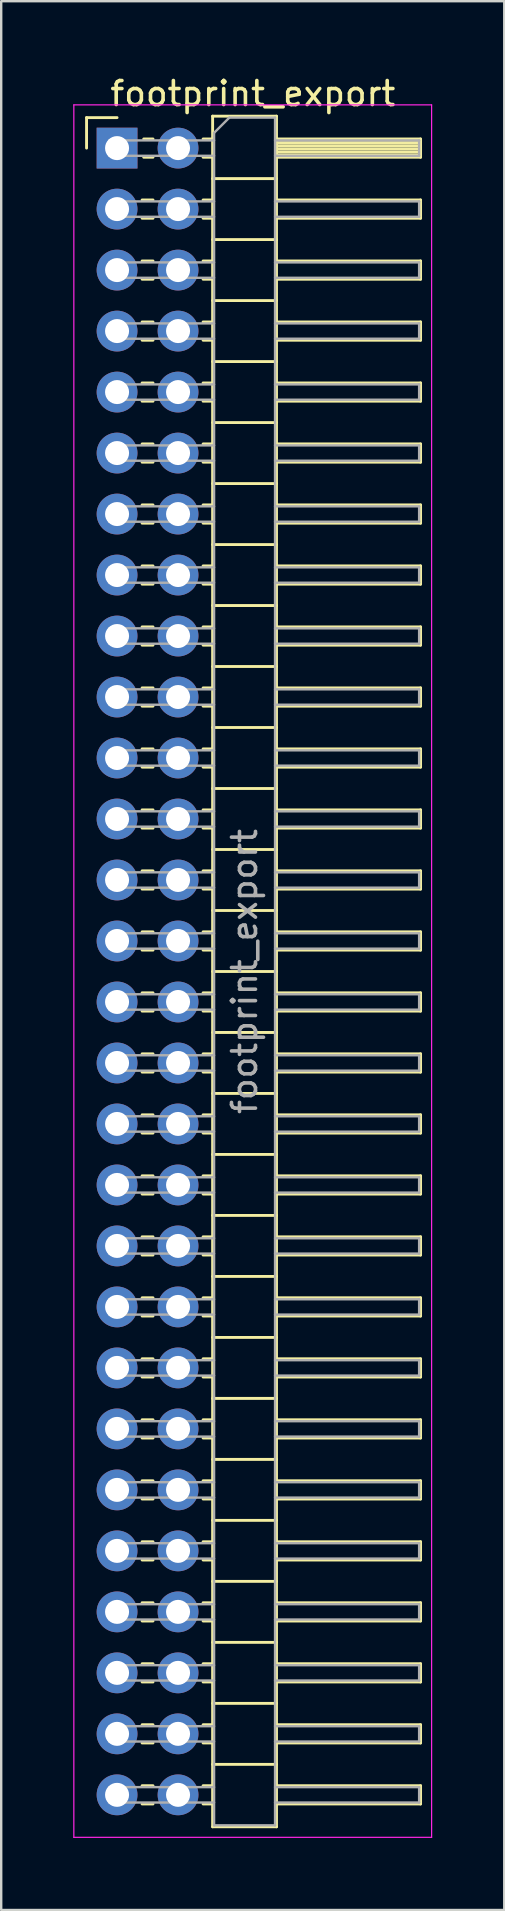
<source format=kicad_pcb>
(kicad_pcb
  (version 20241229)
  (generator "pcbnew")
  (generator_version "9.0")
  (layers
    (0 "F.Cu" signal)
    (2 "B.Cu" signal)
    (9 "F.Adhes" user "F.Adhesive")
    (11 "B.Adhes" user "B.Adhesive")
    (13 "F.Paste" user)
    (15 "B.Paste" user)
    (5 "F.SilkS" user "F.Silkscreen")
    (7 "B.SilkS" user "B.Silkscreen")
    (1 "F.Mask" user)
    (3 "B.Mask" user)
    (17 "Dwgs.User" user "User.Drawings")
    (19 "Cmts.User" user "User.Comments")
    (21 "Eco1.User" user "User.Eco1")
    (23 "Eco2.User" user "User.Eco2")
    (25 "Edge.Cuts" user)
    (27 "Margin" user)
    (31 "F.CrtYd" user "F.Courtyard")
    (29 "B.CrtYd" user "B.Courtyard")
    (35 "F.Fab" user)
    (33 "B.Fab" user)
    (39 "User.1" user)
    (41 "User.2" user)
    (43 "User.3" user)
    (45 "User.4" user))
  (footprint "footprint_export"
    (layer "F.Cu")
    (at 1.825 3.118)
    (property "Reference" "footprint_export" (at 5.655 -2.27 0) (layer "F.SilkS") (effects (font (size 1 1) (thickness 0.15))))
    (attr through_hole)
    (fp_line (start -1.27 -1.27) (end 0 -1.27) (stroke (width 0.12) (type solid)) (layer "F.SilkS"))
    (fp_line (start -1.27 0) (end -1.27 -1.27) (stroke (width 0.12) (type solid)) (layer "F.SilkS"))
    (fp_line (start 1.043 2.16) (end 1.497 2.16) (stroke (width 0.12) (type solid)) (layer "F.SilkS"))
    (fp_line (start 1.043 2.92) (end 1.497 2.92) (stroke (width 0.12) (type solid)) (layer "F.SilkS"))
    (fp_line (start 1.043 4.7) (end 1.497 4.7) (stroke (width 0.12) (type solid)) (layer "F.SilkS"))
    (fp_line (start 1.043 5.46) (end 1.497 5.46) (stroke (width 0.12) (type solid)) (layer "F.SilkS"))
    (fp_line (start 1.043 7.24) (end 1.497 7.24) (stroke (width 0.12) (type solid)) (layer "F.SilkS"))
    (fp_line (start 1.043 8) (end 1.497 8) (stroke (width 0.12) (type solid)) (layer "F.SilkS"))
    (fp_line (start 1.043 9.78) (end 1.497 9.78) (stroke (width 0.12) (type solid)) (layer "F.SilkS"))
    (fp_line (start 1.043 10.54) (end 1.497 10.54) (stroke (width 0.12) (type solid)) (layer "F.SilkS"))
    (fp_line (start 1.043 12.32) (end 1.497 12.32) (stroke (width 0.12) (type solid)) (layer "F.SilkS"))
    (fp_line (start 1.043 13.08) (end 1.497 13.08) (stroke (width 0.12) (type solid)) (layer "F.SilkS"))
    (fp_line (start 1.043 14.86) (end 1.497 14.86) (stroke (width 0.12) (type solid)) (layer "F.SilkS"))
    (fp_line (start 1.043 15.62) (end 1.497 15.62) (stroke (width 0.12) (type solid)) (layer "F.SilkS"))
    (fp_line (start 1.043 17.4) (end 1.497 17.4) (stroke (width 0.12) (type solid)) (layer "F.SilkS"))
    (fp_line (start 1.043 18.16) (end 1.497 18.16) (stroke (width 0.12) (type solid)) (layer "F.SilkS"))
    (fp_line (start 1.043 19.94) (end 1.497 19.94) (stroke (width 0.12) (type solid)) (layer "F.SilkS"))
    (fp_line (start 1.043 20.7) (end 1.497 20.7) (stroke (width 0.12) (type solid)) (layer "F.SilkS"))
    (fp_line (start 1.043 22.48) (end 1.497 22.48) (stroke (width 0.12) (type solid)) (layer "F.SilkS"))
    (fp_line (start 1.043 23.24) (end 1.497 23.24) (stroke (width 0.12) (type solid)) (layer "F.SilkS"))
    (fp_line (start 1.043 25.02) (end 1.497 25.02) (stroke (width 0.12) (type solid)) (layer "F.SilkS"))
    (fp_line (start 1.043 25.78) (end 1.497 25.78) (stroke (width 0.12) (type solid)) (layer "F.SilkS"))
    (fp_line (start 1.043 27.56) (end 1.497 27.56) (stroke (width 0.12) (type solid)) (layer "F.SilkS"))
    (fp_line (start 1.043 28.32) (end 1.497 28.32) (stroke (width 0.12) (type solid)) (layer "F.SilkS"))
    (fp_line (start 1.043 30.1) (end 1.497 30.1) (stroke (width 0.12) (type solid)) (layer "F.SilkS"))
    (fp_line (start 1.043 30.86) (end 1.497 30.86) (stroke (width 0.12) (type solid)) (layer "F.SilkS"))
    (fp_line (start 1.043 32.64) (end 1.497 32.64) (stroke (width 0.12) (type solid)) (layer "F.SilkS"))
    (fp_line (start 1.043 33.4) (end 1.497 33.4) (stroke (width 0.12) (type solid)) (layer "F.SilkS"))
    (fp_line (start 1.043 35.18) (end 1.497 35.18) (stroke (width 0.12) (type solid)) (layer "F.SilkS"))
    (fp_line (start 1.043 35.94) (end 1.497 35.94) (stroke (width 0.12) (type solid)) (layer "F.SilkS"))
    (fp_line (start 1.043 37.72) (end 1.497 37.72) (stroke (width 0.12) (type solid)) (layer "F.SilkS"))
    (fp_line (start 1.043 38.48) (end 1.497 38.48) (stroke (width 0.12) (type solid)) (layer "F.SilkS"))
    (fp_line (start 1.043 40.26) (end 1.497 40.26) (stroke (width 0.12) (type solid)) (layer "F.SilkS"))
    (fp_line (start 1.043 41.02) (end 1.497 41.02) (stroke (width 0.12) (type solid)) (layer "F.SilkS"))
    (fp_line (start 1.043 42.8) (end 1.497 42.8) (stroke (width 0.12) (type solid)) (layer "F.SilkS"))
    (fp_line (start 1.043 43.56) (end 1.497 43.56) (stroke (width 0.12) (type solid)) (layer "F.SilkS"))
    (fp_line (start 1.043 45.34) (end 1.497 45.34) (stroke (width 0.12) (type solid)) (layer "F.SilkS"))
    (fp_line (start 1.043 46.1) (end 1.497 46.1) (stroke (width 0.12) (type solid)) (layer "F.SilkS"))
    (fp_line (start 1.043 47.88) (end 1.497 47.88) (stroke (width 0.12) (type solid)) (layer "F.SilkS"))
    (fp_line (start 1.043 48.64) (end 1.497 48.64) (stroke (width 0.12) (type solid)) (layer "F.SilkS"))
    (fp_line (start 1.043 50.42) (end 1.497 50.42) (stroke (width 0.12) (type solid)) (layer "F.SilkS"))
    (fp_line (start 1.043 51.18) (end 1.497 51.18) (stroke (width 0.12) (type solid)) (layer "F.SilkS"))
    (fp_line (start 1.043 52.96) (end 1.497 52.96) (stroke (width 0.12) (type solid)) (layer "F.SilkS"))
    (fp_line (start 1.043 53.72) (end 1.497 53.72) (stroke (width 0.12) (type solid)) (layer "F.SilkS"))
    (fp_line (start 1.043 55.5) (end 1.497 55.5) (stroke (width 0.12) (type solid)) (layer "F.SilkS"))
    (fp_line (start 1.043 56.26) (end 1.497 56.26) (stroke (width 0.12) (type solid)) (layer "F.SilkS"))
    (fp_line (start 1.043 58.04) (end 1.497 58.04) (stroke (width 0.12) (type solid)) (layer "F.SilkS"))
    (fp_line (start 1.043 58.8) (end 1.497 58.8) (stroke (width 0.12) (type solid)) (layer "F.SilkS"))
    (fp_line (start 1.043 60.58) (end 1.497 60.58) (stroke (width 0.12) (type solid)) (layer "F.SilkS"))
    (fp_line (start 1.043 61.34) (end 1.497 61.34) (stroke (width 0.12) (type solid)) (layer "F.SilkS"))
    (fp_line (start 1.043 63.12) (end 1.497 63.12) (stroke (width 0.12) (type solid)) (layer "F.SilkS"))
    (fp_line (start 1.043 63.88) (end 1.497 63.88) (stroke (width 0.12) (type solid)) (layer "F.SilkS"))
    (fp_line (start 1.043 65.66) (end 1.497 65.66) (stroke (width 0.12) (type solid)) (layer "F.SilkS"))
    (fp_line (start 1.043 66.42) (end 1.497 66.42) (stroke (width 0.12) (type solid)) (layer "F.SilkS"))
    (fp_line (start 1.043 68.2) (end 1.497 68.2) (stroke (width 0.12) (type solid)) (layer "F.SilkS"))
    (fp_line (start 1.043 68.96) (end 1.497 68.96) (stroke (width 0.12) (type solid)) (layer "F.SilkS"))
    (fp_line (start 1.11 -0.38) (end 1.497 -0.38) (stroke (width 0.12) (type solid)) (layer "F.SilkS"))
    (fp_line (start 1.11 0.38) (end 1.497 0.38) (stroke (width 0.12) (type solid)) (layer "F.SilkS"))
    (fp_line (start 3.583 -0.38) (end 3.98 -0.38) (stroke (width 0.12) (type solid)) (layer "F.SilkS"))
    (fp_line (start 3.583 0.38) (end 3.98 0.38) (stroke (width 0.12) (type solid)) (layer "F.SilkS"))
    (fp_line (start 3.583 2.16) (end 3.98 2.16) (stroke (width 0.12) (type solid)) (layer "F.SilkS"))
    (fp_line (start 3.583 2.92) (end 3.98 2.92) (stroke (width 0.12) (type solid)) (layer "F.SilkS"))
    (fp_line (start 3.583 4.7) (end 3.98 4.7) (stroke (width 0.12) (type solid)) (layer "F.SilkS"))
    (fp_line (start 3.583 5.46) (end 3.98 5.46) (stroke (width 0.12) (type solid)) (layer "F.SilkS"))
    (fp_line (start 3.583 7.24) (end 3.98 7.24) (stroke (width 0.12) (type solid)) (layer "F.SilkS"))
    (fp_line (start 3.583 8) (end 3.98 8) (stroke (width 0.12) (type solid)) (layer "F.SilkS"))
    (fp_line (start 3.583 9.78) (end 3.98 9.78) (stroke (width 0.12) (type solid)) (layer "F.SilkS"))
    (fp_line (start 3.583 10.54) (end 3.98 10.54) (stroke (width 0.12) (type solid)) (layer "F.SilkS"))
    (fp_line (start 3.583 12.32) (end 3.98 12.32) (stroke (width 0.12) (type solid)) (layer "F.SilkS"))
    (fp_line (start 3.583 13.08) (end 3.98 13.08) (stroke (width 0.12) (type solid)) (layer "F.SilkS"))
    (fp_line (start 3.583 14.86) (end 3.98 14.86) (stroke (width 0.12) (type solid)) (layer "F.SilkS"))
    (fp_line (start 3.583 15.62) (end 3.98 15.62) (stroke (width 0.12) (type solid)) (layer "F.SilkS"))
    (fp_line (start 3.583 17.4) (end 3.98 17.4) (stroke (width 0.12) (type solid)) (layer "F.SilkS"))
    (fp_line (start 3.583 18.16) (end 3.98 18.16) (stroke (width 0.12) (type solid)) (layer "F.SilkS"))
    (fp_line (start 3.583 19.94) (end 3.98 19.94) (stroke (width 0.12) (type solid)) (layer "F.SilkS"))
    (fp_line (start 3.583 20.7) (end 3.98 20.7) (stroke (width 0.12) (type solid)) (layer "F.SilkS"))
    (fp_line (start 3.583 22.48) (end 3.98 22.48) (stroke (width 0.12) (type solid)) (layer "F.SilkS"))
    (fp_line (start 3.583 23.24) (end 3.98 23.24) (stroke (width 0.12) (type solid)) (layer "F.SilkS"))
    (fp_line (start 3.583 25.02) (end 3.98 25.02) (stroke (width 0.12) (type solid)) (layer "F.SilkS"))
    (fp_line (start 3.583 25.78) (end 3.98 25.78) (stroke (width 0.12) (type solid)) (layer "F.SilkS"))
    (fp_line (start 3.583 27.56) (end 3.98 27.56) (stroke (width 0.12) (type solid)) (layer "F.SilkS"))
    (fp_line (start 3.583 28.32) (end 3.98 28.32) (stroke (width 0.12) (type solid)) (layer "F.SilkS"))
    (fp_line (start 3.583 30.1) (end 3.98 30.1) (stroke (width 0.12) (type solid)) (layer "F.SilkS"))
    (fp_line (start 3.583 30.86) (end 3.98 30.86) (stroke (width 0.12) (type solid)) (layer "F.SilkS"))
    (fp_line (start 3.583 32.64) (end 3.98 32.64) (stroke (width 0.12) (type solid)) (layer "F.SilkS"))
    (fp_line (start 3.583 33.4) (end 3.98 33.4) (stroke (width 0.12) (type solid)) (layer "F.SilkS"))
    (fp_line (start 3.583 35.18) (end 3.98 35.18) (stroke (width 0.12) (type solid)) (layer "F.SilkS"))
    (fp_line (start 3.583 35.94) (end 3.98 35.94) (stroke (width 0.12) (type solid)) (layer "F.SilkS"))
    (fp_line (start 3.583 37.72) (end 3.98 37.72) (stroke (width 0.12) (type solid)) (layer "F.SilkS"))
    (fp_line (start 3.583 38.48) (end 3.98 38.48) (stroke (width 0.12) (type solid)) (layer "F.SilkS"))
    (fp_line (start 3.583 40.26) (end 3.98 40.26) (stroke (width 0.12) (type solid)) (layer "F.SilkS"))
    (fp_line (start 3.583 41.02) (end 3.98 41.02) (stroke (width 0.12) (type solid)) (layer "F.SilkS"))
    (fp_line (start 3.583 42.8) (end 3.98 42.8) (stroke (width 0.12) (type solid)) (layer "F.SilkS"))
    (fp_line (start 3.583 43.56) (end 3.98 43.56) (stroke (width 0.12) (type solid)) (layer "F.SilkS"))
    (fp_line (start 3.583 45.34) (end 3.98 45.34) (stroke (width 0.12) (type solid)) (layer "F.SilkS"))
    (fp_line (start 3.583 46.1) (end 3.98 46.1) (stroke (width 0.12) (type solid)) (layer "F.SilkS"))
    (fp_line (start 3.583 47.88) (end 3.98 47.88) (stroke (width 0.12) (type solid)) (layer "F.SilkS"))
    (fp_line (start 3.583 48.64) (end 3.98 48.64) (stroke (width 0.12) (type solid)) (layer "F.SilkS"))
    (fp_line (start 3.583 50.42) (end 3.98 50.42) (stroke (width 0.12) (type solid)) (layer "F.SilkS"))
    (fp_line (start 3.583 51.18) (end 3.98 51.18) (stroke (width 0.12) (type solid)) (layer "F.SilkS"))
    (fp_line (start 3.583 52.96) (end 3.98 52.96) (stroke (width 0.12) (type solid)) (layer "F.SilkS"))
    (fp_line (start 3.583 53.72) (end 3.98 53.72) (stroke (width 0.12) (type solid)) (layer "F.SilkS"))
    (fp_line (start 3.583 55.5) (end 3.98 55.5) (stroke (width 0.12) (type solid)) (layer "F.SilkS"))
    (fp_line (start 3.583 56.26) (end 3.98 56.26) (stroke (width 0.12) (type solid)) (layer "F.SilkS"))
    (fp_line (start 3.583 58.04) (end 3.98 58.04) (stroke (width 0.12) (type solid)) (layer "F.SilkS"))
    (fp_line (start 3.583 58.8) (end 3.98 58.8) (stroke (width 0.12) (type solid)) (layer "F.SilkS"))
    (fp_line (start 3.583 60.58) (end 3.98 60.58) (stroke (width 0.12) (type solid)) (layer "F.SilkS"))
    (fp_line (start 3.583 61.34) (end 3.98 61.34) (stroke (width 0.12) (type solid)) (layer "F.SilkS"))
    (fp_line (start 3.583 63.12) (end 3.98 63.12) (stroke (width 0.12) (type solid)) (layer "F.SilkS"))
    (fp_line (start 3.583 63.88) (end 3.98 63.88) (stroke (width 0.12) (type solid)) (layer "F.SilkS"))
    (fp_line (start 3.583 65.66) (end 3.98 65.66) (stroke (width 0.12) (type solid)) (layer "F.SilkS"))
    (fp_line (start 3.583 66.42) (end 3.98 66.42) (stroke (width 0.12) (type solid)) (layer "F.SilkS"))
    (fp_line (start 3.583 68.2) (end 3.98 68.2) (stroke (width 0.12) (type solid)) (layer "F.SilkS"))
    (fp_line (start 3.583 68.96) (end 3.98 68.96) (stroke (width 0.12) (type solid)) (layer "F.SilkS"))
    (fp_line (start 3.98 -1.33) (end 3.98 69.91) (stroke (width 0.12) (type solid)) (layer "F.SilkS"))
    (fp_line (start 3.98 1.27) (end 6.64 1.27) (stroke (width 0.12) (type solid)) (layer "F.SilkS"))
    (fp_line (start 3.98 3.81) (end 6.64 3.81) (stroke (width 0.12) (type solid)) (layer "F.SilkS"))
    (fp_line (start 3.98 6.35) (end 6.64 6.35) (stroke (width 0.12) (type solid)) (layer "F.SilkS"))
    (fp_line (start 3.98 8.89) (end 6.64 8.89) (stroke (width 0.12) (type solid)) (layer "F.SilkS"))
    (fp_line (start 3.98 11.43) (end 6.64 11.43) (stroke (width 0.12) (type solid)) (layer "F.SilkS"))
    (fp_line (start 3.98 13.97) (end 6.64 13.97) (stroke (width 0.12) (type solid)) (layer "F.SilkS"))
    (fp_line (start 3.98 16.51) (end 6.64 16.51) (stroke (width 0.12) (type solid)) (layer "F.SilkS"))
    (fp_line (start 3.98 19.05) (end 6.64 19.05) (stroke (width 0.12) (type solid)) (layer "F.SilkS"))
    (fp_line (start 3.98 21.59) (end 6.64 21.59) (stroke (width 0.12) (type solid)) (layer "F.SilkS"))
    (fp_line (start 3.98 24.13) (end 6.64 24.13) (stroke (width 0.12) (type solid)) (layer "F.SilkS"))
    (fp_line (start 3.98 26.67) (end 6.64 26.67) (stroke (width 0.12) (type solid)) (layer "F.SilkS"))
    (fp_line (start 3.98 29.21) (end 6.64 29.21) (stroke (width 0.12) (type solid)) (layer "F.SilkS"))
    (fp_line (start 3.98 31.75) (end 6.64 31.75) (stroke (width 0.12) (type solid)) (layer "F.SilkS"))
    (fp_line (start 3.98 34.29) (end 6.64 34.29) (stroke (width 0.12) (type solid)) (layer "F.SilkS"))
    (fp_line (start 3.98 36.83) (end 6.64 36.83) (stroke (width 0.12) (type solid)) (layer "F.SilkS"))
    (fp_line (start 3.98 39.37) (end 6.64 39.37) (stroke (width 0.12) (type solid)) (layer "F.SilkS"))
    (fp_line (start 3.98 41.91) (end 6.64 41.91) (stroke (width 0.12) (type solid)) (layer "F.SilkS"))
    (fp_line (start 3.98 44.45) (end 6.64 44.45) (stroke (width 0.12) (type solid)) (layer "F.SilkS"))
    (fp_line (start 3.98 46.99) (end 6.64 46.99) (stroke (width 0.12) (type solid)) (layer "F.SilkS"))
    (fp_line (start 3.98 49.53) (end 6.64 49.53) (stroke (width 0.12) (type solid)) (layer "F.SilkS"))
    (fp_line (start 3.98 52.07) (end 6.64 52.07) (stroke (width 0.12) (type solid)) (layer "F.SilkS"))
    (fp_line (start 3.98 54.61) (end 6.64 54.61) (stroke (width 0.12) (type solid)) (layer "F.SilkS"))
    (fp_line (start 3.98 57.15) (end 6.64 57.15) (stroke (width 0.12) (type solid)) (layer "F.SilkS"))
    (fp_line (start 3.98 59.69) (end 6.64 59.69) (stroke (width 0.12) (type solid)) (layer "F.SilkS"))
    (fp_line (start 3.98 62.23) (end 6.64 62.23) (stroke (width 0.12) (type solid)) (layer "F.SilkS"))
    (fp_line (start 3.98 64.77) (end 6.64 64.77) (stroke (width 0.12) (type solid)) (layer "F.SilkS"))
    (fp_line (start 3.98 67.31) (end 6.64 67.31) (stroke (width 0.12) (type solid)) (layer "F.SilkS"))
    (fp_line (start 3.98 69.91) (end 6.64 69.91) (stroke (width 0.12) (type solid)) (layer "F.SilkS"))
    (fp_line (start 6.64 -1.33) (end 3.98 -1.33) (stroke (width 0.12) (type solid)) (layer "F.SilkS"))
    (fp_line (start 6.64 -0.38) (end 12.64 -0.38) (stroke (width 0.12) (type solid)) (layer "F.SilkS"))
    (fp_line (start 6.64 -0.32) (end 12.64 -0.32) (stroke (width 0.12) (type solid)) (layer "F.SilkS"))
    (fp_line (start 6.64 -0.2) (end 12.64 -0.2) (stroke (width 0.12) (type solid)) (layer "F.SilkS"))
    (fp_line (start 6.64 -0.08) (end 12.64 -0.08) (stroke (width 0.12) (type solid)) (layer "F.SilkS"))
    (fp_line (start 6.64 0.04) (end 12.64 0.04) (stroke (width 0.12) (type solid)) (layer "F.SilkS"))
    (fp_line (start 6.64 0.16) (end 12.64 0.16) (stroke (width 0.12) (type solid)) (layer "F.SilkS"))
    (fp_line (start 6.64 0.28) (end 12.64 0.28) (stroke (width 0.12) (type solid)) (layer "F.SilkS"))
    (fp_line (start 6.64 2.16) (end 12.64 2.16) (stroke (width 0.12) (type solid)) (layer "F.SilkS"))
    (fp_line (start 6.64 4.7) (end 12.64 4.7) (stroke (width 0.12) (type solid)) (layer "F.SilkS"))
    (fp_line (start 6.64 7.24) (end 12.64 7.24) (stroke (width 0.12) (type solid)) (layer "F.SilkS"))
    (fp_line (start 6.64 9.78) (end 12.64 9.78) (stroke (width 0.12) (type solid)) (layer "F.SilkS"))
    (fp_line (start 6.64 12.32) (end 12.64 12.32) (stroke (width 0.12) (type solid)) (layer "F.SilkS"))
    (fp_line (start 6.64 14.86) (end 12.64 14.86) (stroke (width 0.12) (type solid)) (layer "F.SilkS"))
    (fp_line (start 6.64 17.4) (end 12.64 17.4) (stroke (width 0.12) (type solid)) (layer "F.SilkS"))
    (fp_line (start 6.64 19.94) (end 12.64 19.94) (stroke (width 0.12) (type solid)) (layer "F.SilkS"))
    (fp_line (start 6.64 22.48) (end 12.64 22.48) (stroke (width 0.12) (type solid)) (layer "F.SilkS"))
    (fp_line (start 6.64 25.02) (end 12.64 25.02) (stroke (width 0.12) (type solid)) (layer "F.SilkS"))
    (fp_line (start 6.64 27.56) (end 12.64 27.56) (stroke (width 0.12) (type solid)) (layer "F.SilkS"))
    (fp_line (start 6.64 30.1) (end 12.64 30.1) (stroke (width 0.12) (type solid)) (layer "F.SilkS"))
    (fp_line (start 6.64 32.64) (end 12.64 32.64) (stroke (width 0.12) (type solid)) (layer "F.SilkS"))
    (fp_line (start 6.64 35.18) (end 12.64 35.18) (stroke (width 0.12) (type solid)) (layer "F.SilkS"))
    (fp_line (start 6.64 37.72) (end 12.64 37.72) (stroke (width 0.12) (type solid)) (layer "F.SilkS"))
    (fp_line (start 6.64 40.26) (end 12.64 40.26) (stroke (width 0.12) (type solid)) (layer "F.SilkS"))
    (fp_line (start 6.64 42.8) (end 12.64 42.8) (stroke (width 0.12) (type solid)) (layer "F.SilkS"))
    (fp_line (start 6.64 45.34) (end 12.64 45.34) (stroke (width 0.12) (type solid)) (layer "F.SilkS"))
    (fp_line (start 6.64 47.88) (end 12.64 47.88) (stroke (width 0.12) (type solid)) (layer "F.SilkS"))
    (fp_line (start 6.64 50.42) (end 12.64 50.42) (stroke (width 0.12) (type solid)) (layer "F.SilkS"))
    (fp_line (start 6.64 52.96) (end 12.64 52.96) (stroke (width 0.12) (type solid)) (layer "F.SilkS"))
    (fp_line (start 6.64 55.5) (end 12.64 55.5) (stroke (width 0.12) (type solid)) (layer "F.SilkS"))
    (fp_line (start 6.64 58.04) (end 12.64 58.04) (stroke (width 0.12) (type solid)) (layer "F.SilkS"))
    (fp_line (start 6.64 60.58) (end 12.64 60.58) (stroke (width 0.12) (type solid)) (layer "F.SilkS"))
    (fp_line (start 6.64 63.12) (end 12.64 63.12) (stroke (width 0.12) (type solid)) (layer "F.SilkS"))
    (fp_line (start 6.64 65.66) (end 12.64 65.66) (stroke (width 0.12) (type solid)) (layer "F.SilkS"))
    (fp_line (start 6.64 68.2) (end 12.64 68.2) (stroke (width 0.12) (type solid)) (layer "F.SilkS"))
    (fp_line (start 6.64 69.91) (end 6.64 -1.33) (stroke (width 0.12) (type solid)) (layer "F.SilkS"))
    (fp_line (start 12.64 -0.38) (end 12.64 0.38) (stroke (width 0.12) (type solid)) (layer "F.SilkS"))
    (fp_line (start 12.64 0.38) (end 6.64 0.38) (stroke (width 0.12) (type solid)) (layer "F.SilkS"))
    (fp_line (start 12.64 2.16) (end 12.64 2.92) (stroke (width 0.12) (type solid)) (layer "F.SilkS"))
    (fp_line (start 12.64 2.92) (end 6.64 2.92) (stroke (width 0.12) (type solid)) (layer "F.SilkS"))
    (fp_line (start 12.64 4.7) (end 12.64 5.46) (stroke (width 0.12) (type solid)) (layer "F.SilkS"))
    (fp_line (start 12.64 5.46) (end 6.64 5.46) (stroke (width 0.12) (type solid)) (layer "F.SilkS"))
    (fp_line (start 12.64 7.24) (end 12.64 8) (stroke (width 0.12) (type solid)) (layer "F.SilkS"))
    (fp_line (start 12.64 8) (end 6.64 8) (stroke (width 0.12) (type solid)) (layer "F.SilkS"))
    (fp_line (start 12.64 9.78) (end 12.64 10.54) (stroke (width 0.12) (type solid)) (layer "F.SilkS"))
    (fp_line (start 12.64 10.54) (end 6.64 10.54) (stroke (width 0.12) (type solid)) (layer "F.SilkS"))
    (fp_line (start 12.64 12.32) (end 12.64 13.08) (stroke (width 0.12) (type solid)) (layer "F.SilkS"))
    (fp_line (start 12.64 13.08) (end 6.64 13.08) (stroke (width 0.12) (type solid)) (layer "F.SilkS"))
    (fp_line (start 12.64 14.86) (end 12.64 15.62) (stroke (width 0.12) (type solid)) (layer "F.SilkS"))
    (fp_line (start 12.64 15.62) (end 6.64 15.62) (stroke (width 0.12) (type solid)) (layer "F.SilkS"))
    (fp_line (start 12.64 17.4) (end 12.64 18.16) (stroke (width 0.12) (type solid)) (layer "F.SilkS"))
    (fp_line (start 12.64 18.16) (end 6.64 18.16) (stroke (width 0.12) (type solid)) (layer "F.SilkS"))
    (fp_line (start 12.64 19.94) (end 12.64 20.7) (stroke (width 0.12) (type solid)) (layer "F.SilkS"))
    (fp_line (start 12.64 20.7) (end 6.64 20.7) (stroke (width 0.12) (type solid)) (layer "F.SilkS"))
    (fp_line (start 12.64 22.48) (end 12.64 23.24) (stroke (width 0.12) (type solid)) (layer "F.SilkS"))
    (fp_line (start 12.64 23.24) (end 6.64 23.24) (stroke (width 0.12) (type solid)) (layer "F.SilkS"))
    (fp_line (start 12.64 25.02) (end 12.64 25.78) (stroke (width 0.12) (type solid)) (layer "F.SilkS"))
    (fp_line (start 12.64 25.78) (end 6.64 25.78) (stroke (width 0.12) (type solid)) (layer "F.SilkS"))
    (fp_line (start 12.64 27.56) (end 12.64 28.32) (stroke (width 0.12) (type solid)) (layer "F.SilkS"))
    (fp_line (start 12.64 28.32) (end 6.64 28.32) (stroke (width 0.12) (type solid)) (layer "F.SilkS"))
    (fp_line (start 12.64 30.1) (end 12.64 30.86) (stroke (width 0.12) (type solid)) (layer "F.SilkS"))
    (fp_line (start 12.64 30.86) (end 6.64 30.86) (stroke (width 0.12) (type solid)) (layer "F.SilkS"))
    (fp_line (start 12.64 32.64) (end 12.64 33.4) (stroke (width 0.12) (type solid)) (layer "F.SilkS"))
    (fp_line (start 12.64 33.4) (end 6.64 33.4) (stroke (width 0.12) (type solid)) (layer "F.SilkS"))
    (fp_line (start 12.64 35.18) (end 12.64 35.94) (stroke (width 0.12) (type solid)) (layer "F.SilkS"))
    (fp_line (start 12.64 35.94) (end 6.64 35.94) (stroke (width 0.12) (type solid)) (layer "F.SilkS"))
    (fp_line (start 12.64 37.72) (end 12.64 38.48) (stroke (width 0.12) (type solid)) (layer "F.SilkS"))
    (fp_line (start 12.64 38.48) (end 6.64 38.48) (stroke (width 0.12) (type solid)) (layer "F.SilkS"))
    (fp_line (start 12.64 40.26) (end 12.64 41.02) (stroke (width 0.12) (type solid)) (layer "F.SilkS"))
    (fp_line (start 12.64 41.02) (end 6.64 41.02) (stroke (width 0.12) (type solid)) (layer "F.SilkS"))
    (fp_line (start 12.64 42.8) (end 12.64 43.56) (stroke (width 0.12) (type solid)) (layer "F.SilkS"))
    (fp_line (start 12.64 43.56) (end 6.64 43.56) (stroke (width 0.12) (type solid)) (layer "F.SilkS"))
    (fp_line (start 12.64 45.34) (end 12.64 46.1) (stroke (width 0.12) (type solid)) (layer "F.SilkS"))
    (fp_line (start 12.64 46.1) (end 6.64 46.1) (stroke (width 0.12) (type solid)) (layer "F.SilkS"))
    (fp_line (start 12.64 47.88) (end 12.64 48.64) (stroke (width 0.12) (type solid)) (layer "F.SilkS"))
    (fp_line (start 12.64 48.64) (end 6.64 48.64) (stroke (width 0.12) (type solid)) (layer "F.SilkS"))
    (fp_line (start 12.64 50.42) (end 12.64 51.18) (stroke (width 0.12) (type solid)) (layer "F.SilkS"))
    (fp_line (start 12.64 51.18) (end 6.64 51.18) (stroke (width 0.12) (type solid)) (layer "F.SilkS"))
    (fp_line (start 12.64 52.96) (end 12.64 53.72) (stroke (width 0.12) (type solid)) (layer "F.SilkS"))
    (fp_line (start 12.64 53.72) (end 6.64 53.72) (stroke (width 0.12) (type solid)) (layer "F.SilkS"))
    (fp_line (start 12.64 55.5) (end 12.64 56.26) (stroke (width 0.12) (type solid)) (layer "F.SilkS"))
    (fp_line (start 12.64 56.26) (end 6.64 56.26) (stroke (width 0.12) (type solid)) (layer "F.SilkS"))
    (fp_line (start 12.64 58.04) (end 12.64 58.8) (stroke (width 0.12) (type solid)) (layer "F.SilkS"))
    (fp_line (start 12.64 58.8) (end 6.64 58.8) (stroke (width 0.12) (type solid)) (layer "F.SilkS"))
    (fp_line (start 12.64 60.58) (end 12.64 61.34) (stroke (width 0.12) (type solid)) (layer "F.SilkS"))
    (fp_line (start 12.64 61.34) (end 6.64 61.34) (stroke (width 0.12) (type solid)) (layer "F.SilkS"))
    (fp_line (start 12.64 63.12) (end 12.64 63.88) (stroke (width 0.12) (type solid)) (layer "F.SilkS"))
    (fp_line (start 12.64 63.88) (end 6.64 63.88) (stroke (width 0.12) (type solid)) (layer "F.SilkS"))
    (fp_line (start 12.64 65.66) (end 12.64 66.42) (stroke (width 0.12) (type solid)) (layer "F.SilkS"))
    (fp_line (start 12.64 66.42) (end 6.64 66.42) (stroke (width 0.12) (type solid)) (layer "F.SilkS"))
    (fp_line (start 12.64 68.2) (end 12.64 68.96) (stroke (width 0.12) (type solid)) (layer "F.SilkS"))
    (fp_line (start 12.64 68.96) (end 6.64 68.96) (stroke (width 0.12) (type solid)) (layer "F.SilkS"))
    (fp_line (start -1.8 -1.8) (end -1.8 70.35) (stroke (width 0.05) (type solid)) (layer "F.CrtYd"))
    (fp_line (start -1.8 70.35) (end 13.1 70.35) (stroke (width 0.05) (type solid)) (layer "F.CrtYd"))
    (fp_line (start 13.1 -1.8) (end -1.8 -1.8) (stroke (width 0.05) (type solid)) (layer "F.CrtYd"))
    (fp_line (start 13.1 70.35) (end 13.1 -1.8) (stroke (width 0.05) (type solid)) (layer "F.CrtYd"))
    (fp_line (start -0.32 -0.32) (end -0.32 0.32) (stroke (width 0.1) (type solid)) (layer "F.Fab"))
    (fp_line (start -0.32 -0.32) (end 4.04 -0.32) (stroke (width 0.1) (type solid)) (layer "F.Fab"))
    (fp_line (start -0.32 0.32) (end 4.04 0.32) (stroke (width 0.1) (type solid)) (layer "F.Fab"))
    (fp_line (start -0.32 2.22) (end -0.32 2.86) (stroke (width 0.1) (type solid)) (layer "F.Fab"))
    (fp_line (start -0.32 2.22) (end 4.04 2.22) (stroke (width 0.1) (type solid)) (layer "F.Fab"))
    (fp_line (start -0.32 2.86) (end 4.04 2.86) (stroke (width 0.1) (type solid)) (layer "F.Fab"))
    (fp_line (start -0.32 4.76) (end -0.32 5.4) (stroke (width 0.1) (type solid)) (layer "F.Fab"))
    (fp_line (start -0.32 4.76) (end 4.04 4.76) (stroke (width 0.1) (type solid)) (layer "F.Fab"))
    (fp_line (start -0.32 5.4) (end 4.04 5.4) (stroke (width 0.1) (type solid)) (layer "F.Fab"))
    (fp_line (start -0.32 7.3) (end -0.32 7.94) (stroke (width 0.1) (type solid)) (layer "F.Fab"))
    (fp_line (start -0.32 7.3) (end 4.04 7.3) (stroke (width 0.1) (type solid)) (layer "F.Fab"))
    (fp_line (start -0.32 7.94) (end 4.04 7.94) (stroke (width 0.1) (type solid)) (layer "F.Fab"))
    (fp_line (start -0.32 9.84) (end -0.32 10.48) (stroke (width 0.1) (type solid)) (layer "F.Fab"))
    (fp_line (start -0.32 9.84) (end 4.04 9.84) (stroke (width 0.1) (type solid)) (layer "F.Fab"))
    (fp_line (start -0.32 10.48) (end 4.04 10.48) (stroke (width 0.1) (type solid)) (layer "F.Fab"))
    (fp_line (start -0.32 12.38) (end -0.32 13.02) (stroke (width 0.1) (type solid)) (layer "F.Fab"))
    (fp_line (start -0.32 12.38) (end 4.04 12.38) (stroke (width 0.1) (type solid)) (layer "F.Fab"))
    (fp_line (start -0.32 13.02) (end 4.04 13.02) (stroke (width 0.1) (type solid)) (layer "F.Fab"))
    (fp_line (start -0.32 14.92) (end -0.32 15.56) (stroke (width 0.1) (type solid)) (layer "F.Fab"))
    (fp_line (start -0.32 14.92) (end 4.04 14.92) (stroke (width 0.1) (type solid)) (layer "F.Fab"))
    (fp_line (start -0.32 15.56) (end 4.04 15.56) (stroke (width 0.1) (type solid)) (layer "F.Fab"))
    (fp_line (start -0.32 17.46) (end -0.32 18.1) (stroke (width 0.1) (type solid)) (layer "F.Fab"))
    (fp_line (start -0.32 17.46) (end 4.04 17.46) (stroke (width 0.1) (type solid)) (layer "F.Fab"))
    (fp_line (start -0.32 18.1) (end 4.04 18.1) (stroke (width 0.1) (type solid)) (layer "F.Fab"))
    (fp_line (start -0.32 20) (end -0.32 20.64) (stroke (width 0.1) (type solid)) (layer "F.Fab"))
    (fp_line (start -0.32 20) (end 4.04 20) (stroke (width 0.1) (type solid)) (layer "F.Fab"))
    (fp_line (start -0.32 20.64) (end 4.04 20.64) (stroke (width 0.1) (type solid)) (layer "F.Fab"))
    (fp_line (start -0.32 22.54) (end -0.32 23.18) (stroke (width 0.1) (type solid)) (layer "F.Fab"))
    (fp_line (start -0.32 22.54) (end 4.04 22.54) (stroke (width 0.1) (type solid)) (layer "F.Fab"))
    (fp_line (start -0.32 23.18) (end 4.04 23.18) (stroke (width 0.1) (type solid)) (layer "F.Fab"))
    (fp_line (start -0.32 25.08) (end -0.32 25.72) (stroke (width 0.1) (type solid)) (layer "F.Fab"))
    (fp_line (start -0.32 25.08) (end 4.04 25.08) (stroke (width 0.1) (type solid)) (layer "F.Fab"))
    (fp_line (start -0.32 25.72) (end 4.04 25.72) (stroke (width 0.1) (type solid)) (layer "F.Fab"))
    (fp_line (start -0.32 27.62) (end -0.32 28.26) (stroke (width 0.1) (type solid)) (layer "F.Fab"))
    (fp_line (start -0.32 27.62) (end 4.04 27.62) (stroke (width 0.1) (type solid)) (layer "F.Fab"))
    (fp_line (start -0.32 28.26) (end 4.04 28.26) (stroke (width 0.1) (type solid)) (layer "F.Fab"))
    (fp_line (start -0.32 30.16) (end -0.32 30.8) (stroke (width 0.1) (type solid)) (layer "F.Fab"))
    (fp_line (start -0.32 30.16) (end 4.04 30.16) (stroke (width 0.1) (type solid)) (layer "F.Fab"))
    (fp_line (start -0.32 30.8) (end 4.04 30.8) (stroke (width 0.1) (type solid)) (layer "F.Fab"))
    (fp_line (start -0.32 32.7) (end -0.32 33.34) (stroke (width 0.1) (type solid)) (layer "F.Fab"))
    (fp_line (start -0.32 32.7) (end 4.04 32.7) (stroke (width 0.1) (type solid)) (layer "F.Fab"))
    (fp_line (start -0.32 33.34) (end 4.04 33.34) (stroke (width 0.1) (type solid)) (layer "F.Fab"))
    (fp_line (start -0.32 35.24) (end -0.32 35.88) (stroke (width 0.1) (type solid)) (layer "F.Fab"))
    (fp_line (start -0.32 35.24) (end 4.04 35.24) (stroke (width 0.1) (type solid)) (layer "F.Fab"))
    (fp_line (start -0.32 35.88) (end 4.04 35.88) (stroke (width 0.1) (type solid)) (layer "F.Fab"))
    (fp_line (start -0.32 37.78) (end -0.32 38.42) (stroke (width 0.1) (type solid)) (layer "F.Fab"))
    (fp_line (start -0.32 37.78) (end 4.04 37.78) (stroke (width 0.1) (type solid)) (layer "F.Fab"))
    (fp_line (start -0.32 38.42) (end 4.04 38.42) (stroke (width 0.1) (type solid)) (layer "F.Fab"))
    (fp_line (start -0.32 40.32) (end -0.32 40.96) (stroke (width 0.1) (type solid)) (layer "F.Fab"))
    (fp_line (start -0.32 40.32) (end 4.04 40.32) (stroke (width 0.1) (type solid)) (layer "F.Fab"))
    (fp_line (start -0.32 40.96) (end 4.04 40.96) (stroke (width 0.1) (type solid)) (layer "F.Fab"))
    (fp_line (start -0.32 42.86) (end -0.32 43.5) (stroke (width 0.1) (type solid)) (layer "F.Fab"))
    (fp_line (start -0.32 42.86) (end 4.04 42.86) (stroke (width 0.1) (type solid)) (layer "F.Fab"))
    (fp_line (start -0.32 43.5) (end 4.04 43.5) (stroke (width 0.1) (type solid)) (layer "F.Fab"))
    (fp_line (start -0.32 45.4) (end -0.32 46.04) (stroke (width 0.1) (type solid)) (layer "F.Fab"))
    (fp_line (start -0.32 45.4) (end 4.04 45.4) (stroke (width 0.1) (type solid)) (layer "F.Fab"))
    (fp_line (start -0.32 46.04) (end 4.04 46.04) (stroke (width 0.1) (type solid)) (layer "F.Fab"))
    (fp_line (start -0.32 47.94) (end -0.32 48.58) (stroke (width 0.1) (type solid)) (layer "F.Fab"))
    (fp_line (start -0.32 47.94) (end 4.04 47.94) (stroke (width 0.1) (type solid)) (layer "F.Fab"))
    (fp_line (start -0.32 48.58) (end 4.04 48.58) (stroke (width 0.1) (type solid)) (layer "F.Fab"))
    (fp_line (start -0.32 50.48) (end -0.32 51.12) (stroke (width 0.1) (type solid)) (layer "F.Fab"))
    (fp_line (start -0.32 50.48) (end 4.04 50.48) (stroke (width 0.1) (type solid)) (layer "F.Fab"))
    (fp_line (start -0.32 51.12) (end 4.04 51.12) (stroke (width 0.1) (type solid)) (layer "F.Fab"))
    (fp_line (start -0.32 53.02) (end -0.32 53.66) (stroke (width 0.1) (type solid)) (layer "F.Fab"))
    (fp_line (start -0.32 53.02) (end 4.04 53.02) (stroke (width 0.1) (type solid)) (layer "F.Fab"))
    (fp_line (start -0.32 53.66) (end 4.04 53.66) (stroke (width 0.1) (type solid)) (layer "F.Fab"))
    (fp_line (start -0.32 55.56) (end -0.32 56.2) (stroke (width 0.1) (type solid)) (layer "F.Fab"))
    (fp_line (start -0.32 55.56) (end 4.04 55.56) (stroke (width 0.1) (type solid)) (layer "F.Fab"))
    (fp_line (start -0.32 56.2) (end 4.04 56.2) (stroke (width 0.1) (type solid)) (layer "F.Fab"))
    (fp_line (start -0.32 58.1) (end -0.32 58.74) (stroke (width 0.1) (type solid)) (layer "F.Fab"))
    (fp_line (start -0.32 58.1) (end 4.04 58.1) (stroke (width 0.1) (type solid)) (layer "F.Fab"))
    (fp_line (start -0.32 58.74) (end 4.04 58.74) (stroke (width 0.1) (type solid)) (layer "F.Fab"))
    (fp_line (start -0.32 60.64) (end -0.32 61.28) (stroke (width 0.1) (type solid)) (layer "F.Fab"))
    (fp_line (start -0.32 60.64) (end 4.04 60.64) (stroke (width 0.1) (type solid)) (layer "F.Fab"))
    (fp_line (start -0.32 61.28) (end 4.04 61.28) (stroke (width 0.1) (type solid)) (layer "F.Fab"))
    (fp_line (start -0.32 63.18) (end -0.32 63.82) (stroke (width 0.1) (type solid)) (layer "F.Fab"))
    (fp_line (start -0.32 63.18) (end 4.04 63.18) (stroke (width 0.1) (type solid)) (layer "F.Fab"))
    (fp_line (start -0.32 63.82) (end 4.04 63.82) (stroke (width 0.1) (type solid)) (layer "F.Fab"))
    (fp_line (start -0.32 65.72) (end -0.32 66.36) (stroke (width 0.1) (type solid)) (layer "F.Fab"))
    (fp_line (start -0.32 65.72) (end 4.04 65.72) (stroke (width 0.1) (type solid)) (layer "F.Fab"))
    (fp_line (start -0.32 66.36) (end 4.04 66.36) (stroke (width 0.1) (type solid)) (layer "F.Fab"))
    (fp_line (start -0.32 68.26) (end -0.32 68.9) (stroke (width 0.1) (type solid)) (layer "F.Fab"))
    (fp_line (start -0.32 68.26) (end 4.04 68.26) (stroke (width 0.1) (type solid)) (layer "F.Fab"))
    (fp_line (start -0.32 68.9) (end 4.04 68.9) (stroke (width 0.1) (type solid)) (layer "F.Fab"))
    (fp_line (start 4.04 -0.635) (end 4.675 -1.27) (stroke (width 0.1) (type solid)) (layer "F.Fab"))
    (fp_line (start 4.04 69.85) (end 4.04 -0.635) (stroke (width 0.1) (type solid)) (layer "F.Fab"))
    (fp_line (start 4.675 -1.27) (end 6.58 -1.27) (stroke (width 0.1) (type solid)) (layer "F.Fab"))
    (fp_line (start 6.58 -1.27) (end 6.58 69.85) (stroke (width 0.1) (type solid)) (layer "F.Fab"))
    (fp_line (start 6.58 -0.32) (end 12.58 -0.32) (stroke (width 0.1) (type solid)) (layer "F.Fab"))
    (fp_line (start 6.58 0.32) (end 12.58 0.32) (stroke (width 0.1) (type solid)) (layer "F.Fab"))
    (fp_line (start 6.58 2.22) (end 12.58 2.22) (stroke (width 0.1) (type solid)) (layer "F.Fab"))
    (fp_line (start 6.58 2.86) (end 12.58 2.86) (stroke (width 0.1) (type solid)) (layer "F.Fab"))
    (fp_line (start 6.58 4.76) (end 12.58 4.76) (stroke (width 0.1) (type solid)) (layer "F.Fab"))
    (fp_line (start 6.58 5.4) (end 12.58 5.4) (stroke (width 0.1) (type solid)) (layer "F.Fab"))
    (fp_line (start 6.58 7.3) (end 12.58 7.3) (stroke (width 0.1) (type solid)) (layer "F.Fab"))
    (fp_line (start 6.58 7.94) (end 12.58 7.94) (stroke (width 0.1) (type solid)) (layer "F.Fab"))
    (fp_line (start 6.58 9.84) (end 12.58 9.84) (stroke (width 0.1) (type solid)) (layer "F.Fab"))
    (fp_line (start 6.58 10.48) (end 12.58 10.48) (stroke (width 0.1) (type solid)) (layer "F.Fab"))
    (fp_line (start 6.58 12.38) (end 12.58 12.38) (stroke (width 0.1) (type solid)) (layer "F.Fab"))
    (fp_line (start 6.58 13.02) (end 12.58 13.02) (stroke (width 0.1) (type solid)) (layer "F.Fab"))
    (fp_line (start 6.58 14.92) (end 12.58 14.92) (stroke (width 0.1) (type solid)) (layer "F.Fab"))
    (fp_line (start 6.58 15.56) (end 12.58 15.56) (stroke (width 0.1) (type solid)) (layer "F.Fab"))
    (fp_line (start 6.58 17.46) (end 12.58 17.46) (stroke (width 0.1) (type solid)) (layer "F.Fab"))
    (fp_line (start 6.58 18.1) (end 12.58 18.1) (stroke (width 0.1) (type solid)) (layer "F.Fab"))
    (fp_line (start 6.58 20) (end 12.58 20) (stroke (width 0.1) (type solid)) (layer "F.Fab"))
    (fp_line (start 6.58 20.64) (end 12.58 20.64) (stroke (width 0.1) (type solid)) (layer "F.Fab"))
    (fp_line (start 6.58 22.54) (end 12.58 22.54) (stroke (width 0.1) (type solid)) (layer "F.Fab"))
    (fp_line (start 6.58 23.18) (end 12.58 23.18) (stroke (width 0.1) (type solid)) (layer "F.Fab"))
    (fp_line (start 6.58 25.08) (end 12.58 25.08) (stroke (width 0.1) (type solid)) (layer "F.Fab"))
    (fp_line (start 6.58 25.72) (end 12.58 25.72) (stroke (width 0.1) (type solid)) (layer "F.Fab"))
    (fp_line (start 6.58 27.62) (end 12.58 27.62) (stroke (width 0.1) (type solid)) (layer "F.Fab"))
    (fp_line (start 6.58 28.26) (end 12.58 28.26) (stroke (width 0.1) (type solid)) (layer "F.Fab"))
    (fp_line (start 6.58 30.16) (end 12.58 30.16) (stroke (width 0.1) (type solid)) (layer "F.Fab"))
    (fp_line (start 6.58 30.8) (end 12.58 30.8) (stroke (width 0.1) (type solid)) (layer "F.Fab"))
    (fp_line (start 6.58 32.7) (end 12.58 32.7) (stroke (width 0.1) (type solid)) (layer "F.Fab"))
    (fp_line (start 6.58 33.34) (end 12.58 33.34) (stroke (width 0.1) (type solid)) (layer "F.Fab"))
    (fp_line (start 6.58 35.24) (end 12.58 35.24) (stroke (width 0.1) (type solid)) (layer "F.Fab"))
    (fp_line (start 6.58 35.88) (end 12.58 35.88) (stroke (width 0.1) (type solid)) (layer "F.Fab"))
    (fp_line (start 6.58 37.78) (end 12.58 37.78) (stroke (width 0.1) (type solid)) (layer "F.Fab"))
    (fp_line (start 6.58 38.42) (end 12.58 38.42) (stroke (width 0.1) (type solid)) (layer "F.Fab"))
    (fp_line (start 6.58 40.32) (end 12.58 40.32) (stroke (width 0.1) (type solid)) (layer "F.Fab"))
    (fp_line (start 6.58 40.96) (end 12.58 40.96) (stroke (width 0.1) (type solid)) (layer "F.Fab"))
    (fp_line (start 6.58 42.86) (end 12.58 42.86) (stroke (width 0.1) (type solid)) (layer "F.Fab"))
    (fp_line (start 6.58 43.5) (end 12.58 43.5) (stroke (width 0.1) (type solid)) (layer "F.Fab"))
    (fp_line (start 6.58 45.4) (end 12.58 45.4) (stroke (width 0.1) (type solid)) (layer "F.Fab"))
    (fp_line (start 6.58 46.04) (end 12.58 46.04) (stroke (width 0.1) (type solid)) (layer "F.Fab"))
    (fp_line (start 6.58 47.94) (end 12.58 47.94) (stroke (width 0.1) (type solid)) (layer "F.Fab"))
    (fp_line (start 6.58 48.58) (end 12.58 48.58) (stroke (width 0.1) (type solid)) (layer "F.Fab"))
    (fp_line (start 6.58 50.48) (end 12.58 50.48) (stroke (width 0.1) (type solid)) (layer "F.Fab"))
    (fp_line (start 6.58 51.12) (end 12.58 51.12) (stroke (width 0.1) (type solid)) (layer "F.Fab"))
    (fp_line (start 6.58 53.02) (end 12.58 53.02) (stroke (width 0.1) (type solid)) (layer "F.Fab"))
    (fp_line (start 6.58 53.66) (end 12.58 53.66) (stroke (width 0.1) (type solid)) (layer "F.Fab"))
    (fp_line (start 6.58 55.56) (end 12.58 55.56) (stroke (width 0.1) (type solid)) (layer "F.Fab"))
    (fp_line (start 6.58 56.2) (end 12.58 56.2) (stroke (width 0.1) (type solid)) (layer "F.Fab"))
    (fp_line (start 6.58 58.1) (end 12.58 58.1) (stroke (width 0.1) (type solid)) (layer "F.Fab"))
    (fp_line (start 6.58 58.74) (end 12.58 58.74) (stroke (width 0.1) (type solid)) (layer "F.Fab"))
    (fp_line (start 6.58 60.64) (end 12.58 60.64) (stroke (width 0.1) (type solid)) (layer "F.Fab"))
    (fp_line (start 6.58 61.28) (end 12.58 61.28) (stroke (width 0.1) (type solid)) (layer "F.Fab"))
    (fp_line (start 6.58 63.18) (end 12.58 63.18) (stroke (width 0.1) (type solid)) (layer "F.Fab"))
    (fp_line (start 6.58 63.82) (end 12.58 63.82) (stroke (width 0.1) (type solid)) (layer "F.Fab"))
    (fp_line (start 6.58 65.72) (end 12.58 65.72) (stroke (width 0.1) (type solid)) (layer "F.Fab"))
    (fp_line (start 6.58 66.36) (end 12.58 66.36) (stroke (width 0.1) (type solid)) (layer "F.Fab"))
    (fp_line (start 6.58 68.26) (end 12.58 68.26) (stroke (width 0.1) (type solid)) (layer "F.Fab"))
    (fp_line (start 6.58 68.9) (end 12.58 68.9) (stroke (width 0.1) (type solid)) (layer "F.Fab"))
    (fp_line (start 6.58 69.85) (end 4.04 69.85) (stroke (width 0.1) (type solid)) (layer "F.Fab"))
    (fp_line (start 12.58 -0.32) (end 12.58 0.32) (stroke (width 0.1) (type solid)) (layer "F.Fab"))
    (fp_line (start 12.58 2.22) (end 12.58 2.86) (stroke (width 0.1) (type solid)) (layer "F.Fab"))
    (fp_line (start 12.58 4.76) (end 12.58 5.4) (stroke (width 0.1) (type solid)) (layer "F.Fab"))
    (fp_line (start 12.58 7.3) (end 12.58 7.94) (stroke (width 0.1) (type solid)) (layer "F.Fab"))
    (fp_line (start 12.58 9.84) (end 12.58 10.48) (stroke (width 0.1) (type solid)) (layer "F.Fab"))
    (fp_line (start 12.58 12.38) (end 12.58 13.02) (stroke (width 0.1) (type solid)) (layer "F.Fab"))
    (fp_line (start 12.58 14.92) (end 12.58 15.56) (stroke (width 0.1) (type solid)) (layer "F.Fab"))
    (fp_line (start 12.58 17.46) (end 12.58 18.1) (stroke (width 0.1) (type solid)) (layer "F.Fab"))
    (fp_line (start 12.58 20) (end 12.58 20.64) (stroke (width 0.1) (type solid)) (layer "F.Fab"))
    (fp_line (start 12.58 22.54) (end 12.58 23.18) (stroke (width 0.1) (type solid)) (layer "F.Fab"))
    (fp_line (start 12.58 25.08) (end 12.58 25.72) (stroke (width 0.1) (type solid)) (layer "F.Fab"))
    (fp_line (start 12.58 27.62) (end 12.58 28.26) (stroke (width 0.1) (type solid)) (layer "F.Fab"))
    (fp_line (start 12.58 30.16) (end 12.58 30.8) (stroke (width 0.1) (type solid)) (layer "F.Fab"))
    (fp_line (start 12.58 32.7) (end 12.58 33.34) (stroke (width 0.1) (type solid)) (layer "F.Fab"))
    (fp_line (start 12.58 35.24) (end 12.58 35.88) (stroke (width 0.1) (type solid)) (layer "F.Fab"))
    (fp_line (start 12.58 37.78) (end 12.58 38.42) (stroke (width 0.1) (type solid)) (layer "F.Fab"))
    (fp_line (start 12.58 40.32) (end 12.58 40.96) (stroke (width 0.1) (type solid)) (layer "F.Fab"))
    (fp_line (start 12.58 42.86) (end 12.58 43.5) (stroke (width 0.1) (type solid)) (layer "F.Fab"))
    (fp_line (start 12.58 45.4) (end 12.58 46.04) (stroke (width 0.1) (type solid)) (layer "F.Fab"))
    (fp_line (start 12.58 47.94) (end 12.58 48.58) (stroke (width 0.1) (type solid)) (layer "F.Fab"))
    (fp_line (start 12.58 50.48) (end 12.58 51.12) (stroke (width 0.1) (type solid)) (layer "F.Fab"))
    (fp_line (start 12.58 53.02) (end 12.58 53.66) (stroke (width 0.1) (type solid)) (layer "F.Fab"))
    (fp_line (start 12.58 55.56) (end 12.58 56.2) (stroke (width 0.1) (type solid)) (layer "F.Fab"))
    (fp_line (start 12.58 58.1) (end 12.58 58.74) (stroke (width 0.1) (type solid)) (layer "F.Fab"))
    (fp_line (start 12.58 60.64) (end 12.58 61.28) (stroke (width 0.1) (type solid)) (layer "F.Fab"))
    (fp_line (start 12.58 63.18) (end 12.58 63.82) (stroke (width 0.1) (type solid)) (layer "F.Fab"))
    (fp_line (start 12.58 65.72) (end 12.58 66.36) (stroke (width 0.1) (type solid)) (layer "F.Fab"))
    (fp_line (start 12.58 68.26) (end 12.58 68.9) (stroke (width 0.1) (type solid)) (layer "F.Fab"))
    (fp_text user "${REFERENCE}" (at 5.31 34.29 90) (layer "F.Fab") (effects (font (size 1 1) (thickness 0.15))))
    (pad "1" thru_hole rect (at 0 0) (size 1.7 1.7) (drill 1) (layers "*.Cu" "*.Mask"))
    (pad "2" thru_hole oval (at 2.54 0) (size 1.7 1.7) (drill 1) (layers "*.Cu" "*.Mask"))
    (pad "3" thru_hole oval (at 0 2.54) (size 1.7 1.7) (drill 1) (layers "*.Cu" "*.Mask"))
    (pad "4" thru_hole oval (at 2.54 2.54) (size 1.7 1.7) (drill 1) (layers "*.Cu" "*.Mask"))
    (pad "5" thru_hole oval (at 0 5.08) (size 1.7 1.7) (drill 1) (layers "*.Cu" "*.Mask"))
    (pad "6" thru_hole oval (at 2.54 5.08) (size 1.7 1.7) (drill 1) (layers "*.Cu" "*.Mask"))
    (pad "7" thru_hole oval (at 0 7.62) (size 1.7 1.7) (drill 1) (layers "*.Cu" "*.Mask"))
    (pad "8" thru_hole oval (at 2.54 7.62) (size 1.7 1.7) (drill 1) (layers "*.Cu" "*.Mask"))
    (pad "9" thru_hole oval (at 0 10.16) (size 1.7 1.7) (drill 1) (layers "*.Cu" "*.Mask"))
    (pad "10" thru_hole oval (at 2.54 10.16) (size 1.7 1.7) (drill 1) (layers "*.Cu" "*.Mask"))
    (pad "11" thru_hole oval (at 0 12.7) (size 1.7 1.7) (drill 1) (layers "*.Cu" "*.Mask"))
    (pad "12" thru_hole oval (at 2.54 12.7) (size 1.7 1.7) (drill 1) (layers "*.Cu" "*.Mask"))
    (pad "13" thru_hole oval (at 0 15.24) (size 1.7 1.7) (drill 1) (layers "*.Cu" "*.Mask"))
    (pad "14" thru_hole oval (at 2.54 15.24) (size 1.7 1.7) (drill 1) (layers "*.Cu" "*.Mask"))
    (pad "15" thru_hole oval (at 0 17.78) (size 1.7 1.7) (drill 1) (layers "*.Cu" "*.Mask"))
    (pad "16" thru_hole oval (at 2.54 17.78) (size 1.7 1.7) (drill 1) (layers "*.Cu" "*.Mask"))
    (pad "17" thru_hole oval (at 0 20.32) (size 1.7 1.7) (drill 1) (layers "*.Cu" "*.Mask"))
    (pad "18" thru_hole oval (at 2.54 20.32) (size 1.7 1.7) (drill 1) (layers "*.Cu" "*.Mask"))
    (pad "19" thru_hole oval (at 0 22.86) (size 1.7 1.7) (drill 1) (layers "*.Cu" "*.Mask"))
    (pad "20" thru_hole oval (at 2.54 22.86) (size 1.7 1.7) (drill 1) (layers "*.Cu" "*.Mask"))
    (pad "21" thru_hole oval (at 0 25.4) (size 1.7 1.7) (drill 1) (layers "*.Cu" "*.Mask"))
    (pad "22" thru_hole oval (at 2.54 25.4) (size 1.7 1.7) (drill 1) (layers "*.Cu" "*.Mask"))
    (pad "23" thru_hole oval (at 0 27.94) (size 1.7 1.7) (drill 1) (layers "*.Cu" "*.Mask"))
    (pad "24" thru_hole oval (at 2.54 27.94) (size 1.7 1.7) (drill 1) (layers "*.Cu" "*.Mask"))
    (pad "25" thru_hole oval (at 0 30.48) (size 1.7 1.7) (drill 1) (layers "*.Cu" "*.Mask"))
    (pad "26" thru_hole oval (at 2.54 30.48) (size 1.7 1.7) (drill 1) (layers "*.Cu" "*.Mask"))
    (pad "27" thru_hole oval (at 0 33.02) (size 1.7 1.7) (drill 1) (layers "*.Cu" "*.Mask"))
    (pad "28" thru_hole oval (at 2.54 33.02) (size 1.7 1.7) (drill 1) (layers "*.Cu" "*.Mask"))
    (pad "29" thru_hole oval (at 0 35.56) (size 1.7 1.7) (drill 1) (layers "*.Cu" "*.Mask"))
    (pad "30" thru_hole oval (at 2.54 35.56) (size 1.7 1.7) (drill 1) (layers "*.Cu" "*.Mask"))
    (pad "31" thru_hole oval (at 0 38.1) (size 1.7 1.7) (drill 1) (layers "*.Cu" "*.Mask"))
    (pad "32" thru_hole oval (at 2.54 38.1) (size 1.7 1.7) (drill 1) (layers "*.Cu" "*.Mask"))
    (pad "33" thru_hole oval (at 0 40.64) (size 1.7 1.7) (drill 1) (layers "*.Cu" "*.Mask"))
    (pad "34" thru_hole oval (at 2.54 40.64) (size 1.7 1.7) (drill 1) (layers "*.Cu" "*.Mask"))
    (pad "35" thru_hole oval (at 0 43.18) (size 1.7 1.7) (drill 1) (layers "*.Cu" "*.Mask"))
    (pad "36" thru_hole oval (at 2.54 43.18) (size 1.7 1.7) (drill 1) (layers "*.Cu" "*.Mask"))
    (pad "37" thru_hole oval (at 0 45.72) (size 1.7 1.7) (drill 1) (layers "*.Cu" "*.Mask"))
    (pad "38" thru_hole oval (at 2.54 45.72) (size 1.7 1.7) (drill 1) (layers "*.Cu" "*.Mask"))
    (pad "39" thru_hole oval (at 0 48.26) (size 1.7 1.7) (drill 1) (layers "*.Cu" "*.Mask"))
    (pad "40" thru_hole oval (at 2.54 48.26) (size 1.7 1.7) (drill 1) (layers "*.Cu" "*.Mask"))
    (pad "41" thru_hole oval (at 0 50.8) (size 1.7 1.7) (drill 1) (layers "*.Cu" "*.Mask"))
    (pad "42" thru_hole oval (at 2.54 50.8) (size 1.7 1.7) (drill 1) (layers "*.Cu" "*.Mask"))
    (pad "43" thru_hole oval (at 0 53.34) (size 1.7 1.7) (drill 1) (layers "*.Cu" "*.Mask"))
    (pad "44" thru_hole oval (at 2.54 53.34) (size 1.7 1.7) (drill 1) (layers "*.Cu" "*.Mask"))
    (pad "45" thru_hole oval (at 0 55.88) (size 1.7 1.7) (drill 1) (layers "*.Cu" "*.Mask"))
    (pad "46" thru_hole oval (at 2.54 55.88) (size 1.7 1.7) (drill 1) (layers "*.Cu" "*.Mask"))
    (pad "47" thru_hole oval (at 0 58.42) (size 1.7 1.7) (drill 1) (layers "*.Cu" "*.Mask"))
    (pad "48" thru_hole oval (at 2.54 58.42) (size 1.7 1.7) (drill 1) (layers "*.Cu" "*.Mask"))
    (pad "49" thru_hole oval (at 0 60.96) (size 1.7 1.7) (drill 1) (layers "*.Cu" "*.Mask"))
    (pad "50" thru_hole oval (at 2.54 60.96) (size 1.7 1.7) (drill 1) (layers "*.Cu" "*.Mask"))
    (pad "51" thru_hole oval (at 0 63.5) (size 1.7 1.7) (drill 1) (layers "*.Cu" "*.Mask"))
    (pad "52" thru_hole oval (at 2.54 63.5) (size 1.7 1.7) (drill 1) (layers "*.Cu" "*.Mask"))
    (pad "53" thru_hole oval (at 0 66.04) (size 1.7 1.7) (drill 1) (layers "*.Cu" "*.Mask"))
    (pad "54" thru_hole oval (at 2.54 66.04) (size 1.7 1.7) (drill 1) (layers "*.Cu" "*.Mask"))
    (pad "55" thru_hole oval (at 0 68.58) (size 1.7 1.7) (drill 1) (layers "*.Cu" "*.Mask"))
    (pad "56" thru_hole oval (at 2.54 68.58) (size 1.7 1.7) (drill 1) (layers "*.Cu" "*.Mask")))
  (gr_rect
    (start -3 -3)
    (end 17.95 76.493)
    (stroke (width 0.1) (type default))
    (fill no)
    (layer "Edge.Cuts")))
</source>
